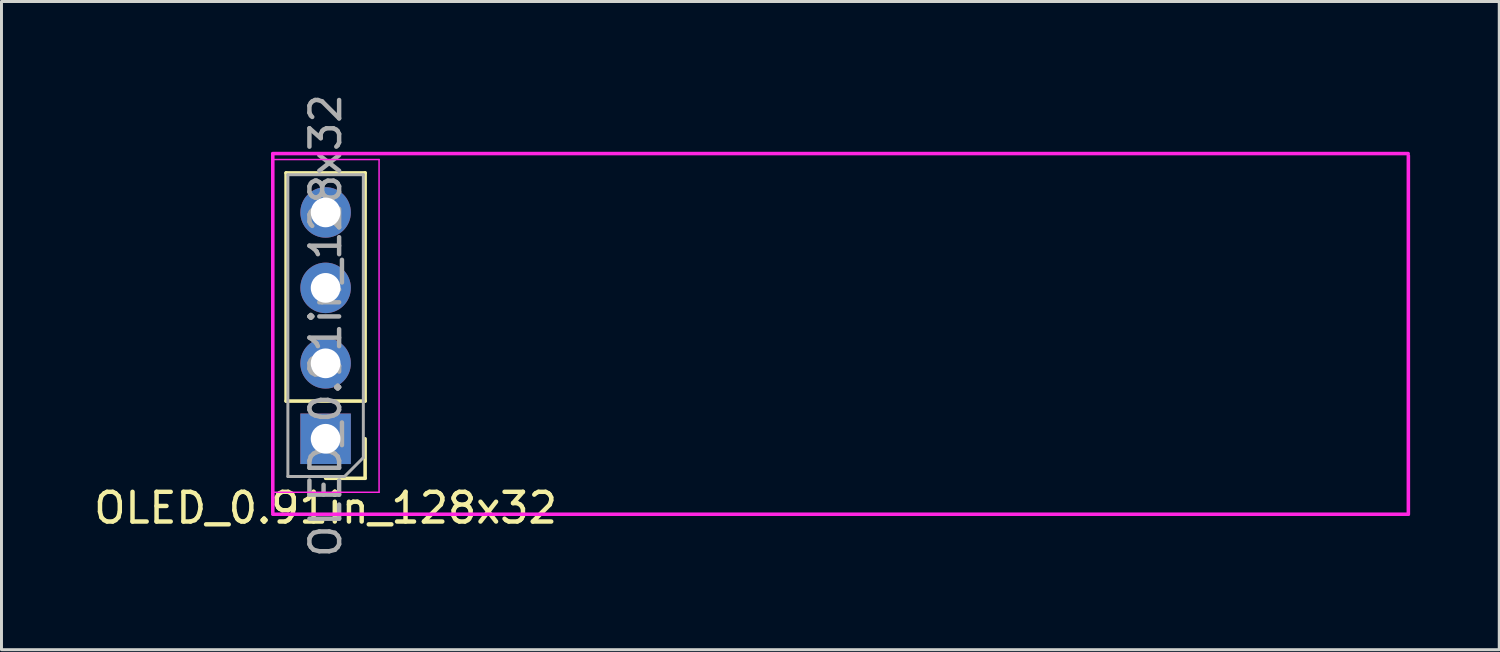
<source format=kicad_pcb>
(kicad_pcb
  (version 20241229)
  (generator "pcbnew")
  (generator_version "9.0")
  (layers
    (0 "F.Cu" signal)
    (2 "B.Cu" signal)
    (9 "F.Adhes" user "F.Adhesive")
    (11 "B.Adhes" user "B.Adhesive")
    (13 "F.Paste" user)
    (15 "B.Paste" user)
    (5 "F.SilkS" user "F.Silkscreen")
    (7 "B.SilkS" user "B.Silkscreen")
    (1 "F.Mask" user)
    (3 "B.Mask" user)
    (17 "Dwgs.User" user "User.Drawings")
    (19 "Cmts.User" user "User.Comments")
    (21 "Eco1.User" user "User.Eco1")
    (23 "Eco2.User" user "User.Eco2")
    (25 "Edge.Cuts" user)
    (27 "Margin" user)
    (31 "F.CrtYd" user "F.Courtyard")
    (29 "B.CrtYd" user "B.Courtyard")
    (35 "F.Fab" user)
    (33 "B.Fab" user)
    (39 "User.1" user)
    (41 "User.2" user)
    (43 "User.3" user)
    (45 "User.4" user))
  (footprint "OLED_0.91in_128x32"
    (layer "F.Cu")
    (at 7.949 4.125)
    (property "Reference" "OLED_0.91in_128x32" (at -0.038 9.926 180) (layer "F.SilkS") (effects (font (size 1 1) (thickness 0.15))))
    (attr through_hole)
    (fp_line (start -1.368 6.326) (end -1.368 -1.354) (stroke (width 0.12) (type solid)) (layer "F.SilkS"))
    (fp_line (start 1.292 -1.354) (end -1.368 -1.354) (stroke (width 0.12) (type solid)) (layer "F.SilkS"))
    (fp_line (start 1.292 6.326) (end -1.368 6.326) (stroke (width 0.12) (type solid)) (layer "F.SilkS"))
    (fp_line (start 1.292 6.326) (end 1.292 -1.354) (stroke (width 0.12) (type solid)) (layer "F.SilkS"))
    (fp_line (start 1.292 7.596) (end 1.292 8.926) (stroke (width 0.12) (type solid)) (layer "F.SilkS"))
    (fp_line (start 1.292 8.926) (end -0.038 8.926) (stroke (width 0.12) (type solid)) (layer "F.SilkS"))
    (fp_line (start -1.838 -1.804) (end -1.838 9.396) (stroke (width 0.05) (type solid)) (layer "F.CrtYd"))
    (fp_line (start -1.838 9.396) (end 1.762 9.396) (stroke (width 0.05) (type solid)) (layer "F.CrtYd"))
    (fp_line (start -1.816 10.075) (end -1.816 -1.995) (stroke (width 0.12) (type solid)) (layer "F.CrtYd"))
    (fp_line (start 1.762 -1.804) (end -1.838 -1.804) (stroke (width 0.05) (type solid)) (layer "F.CrtYd"))
    (fp_line (start 1.762 9.396) (end 1.762 -1.804) (stroke (width 0.05) (type solid)) (layer "F.CrtYd"))
    (fp_line (start 36.404 -2.005) (end -1.816 -2.005) (stroke (width 0.12) (type solid)) (layer "F.CrtYd"))
    (fp_line (start 36.404 10.136) (end -1.816 10.136) (stroke (width 0.12) (type solid)) (layer "F.CrtYd"))
    (fp_line (start 36.411 10.136) (end 36.411 -1.934) (stroke (width 0.12) (type solid)) (layer "F.CrtYd"))
    (fp_line (start -1.308 -1.294) (end 1.232 -1.294) (stroke (width 0.1) (type solid)) (layer "F.Fab"))
    (fp_line (start -1.308 8.866) (end -1.308 -1.294) (stroke (width 0.1) (type solid)) (layer "F.Fab"))
    (fp_line (start 0.597 8.866) (end -1.308 8.866) (stroke (width 0.1) (type solid)) (layer "F.Fab"))
    (fp_line (start 1.232 -1.294) (end 1.232 8.231) (stroke (width 0.1) (type solid)) (layer "F.Fab"))
    (fp_line (start 1.232 8.231) (end 0.597 8.866) (stroke (width 0.1) (type solid)) (layer "F.Fab"))
    (fp_text user "${REFERENCE}" (at -0.038 3.786 270) (layer "F.Fab") (effects (font (size 1 1) (thickness 0.15))))
    (pad "1" thru_hole rect (at -0.038 7.596 180) (size 1.7 1.7) (drill 1) (layers "*.Cu" "*.Mask"))
    (pad "2" thru_hole oval (at -0.038 5.056 180) (size 1.7 1.7) (drill 1) (layers "*.Cu" "*.Mask"))
    (pad "3" thru_hole oval (at -0.038 2.516 180) (size 1.7 1.7) (drill 1) (layers "*.Cu" "*.Mask"))
    (pad "4" thru_hole oval (at -0.038 -0.024 180) (size 1.7 1.7) (drill 1) (layers "*.Cu" "*.Mask")))
  (gr_rect
    (start -3 -3)
    (end 47.42 18.821)
    (stroke (width 0.1) (type default))
    (fill no)
    (layer "Edge.Cuts")))
</source>
